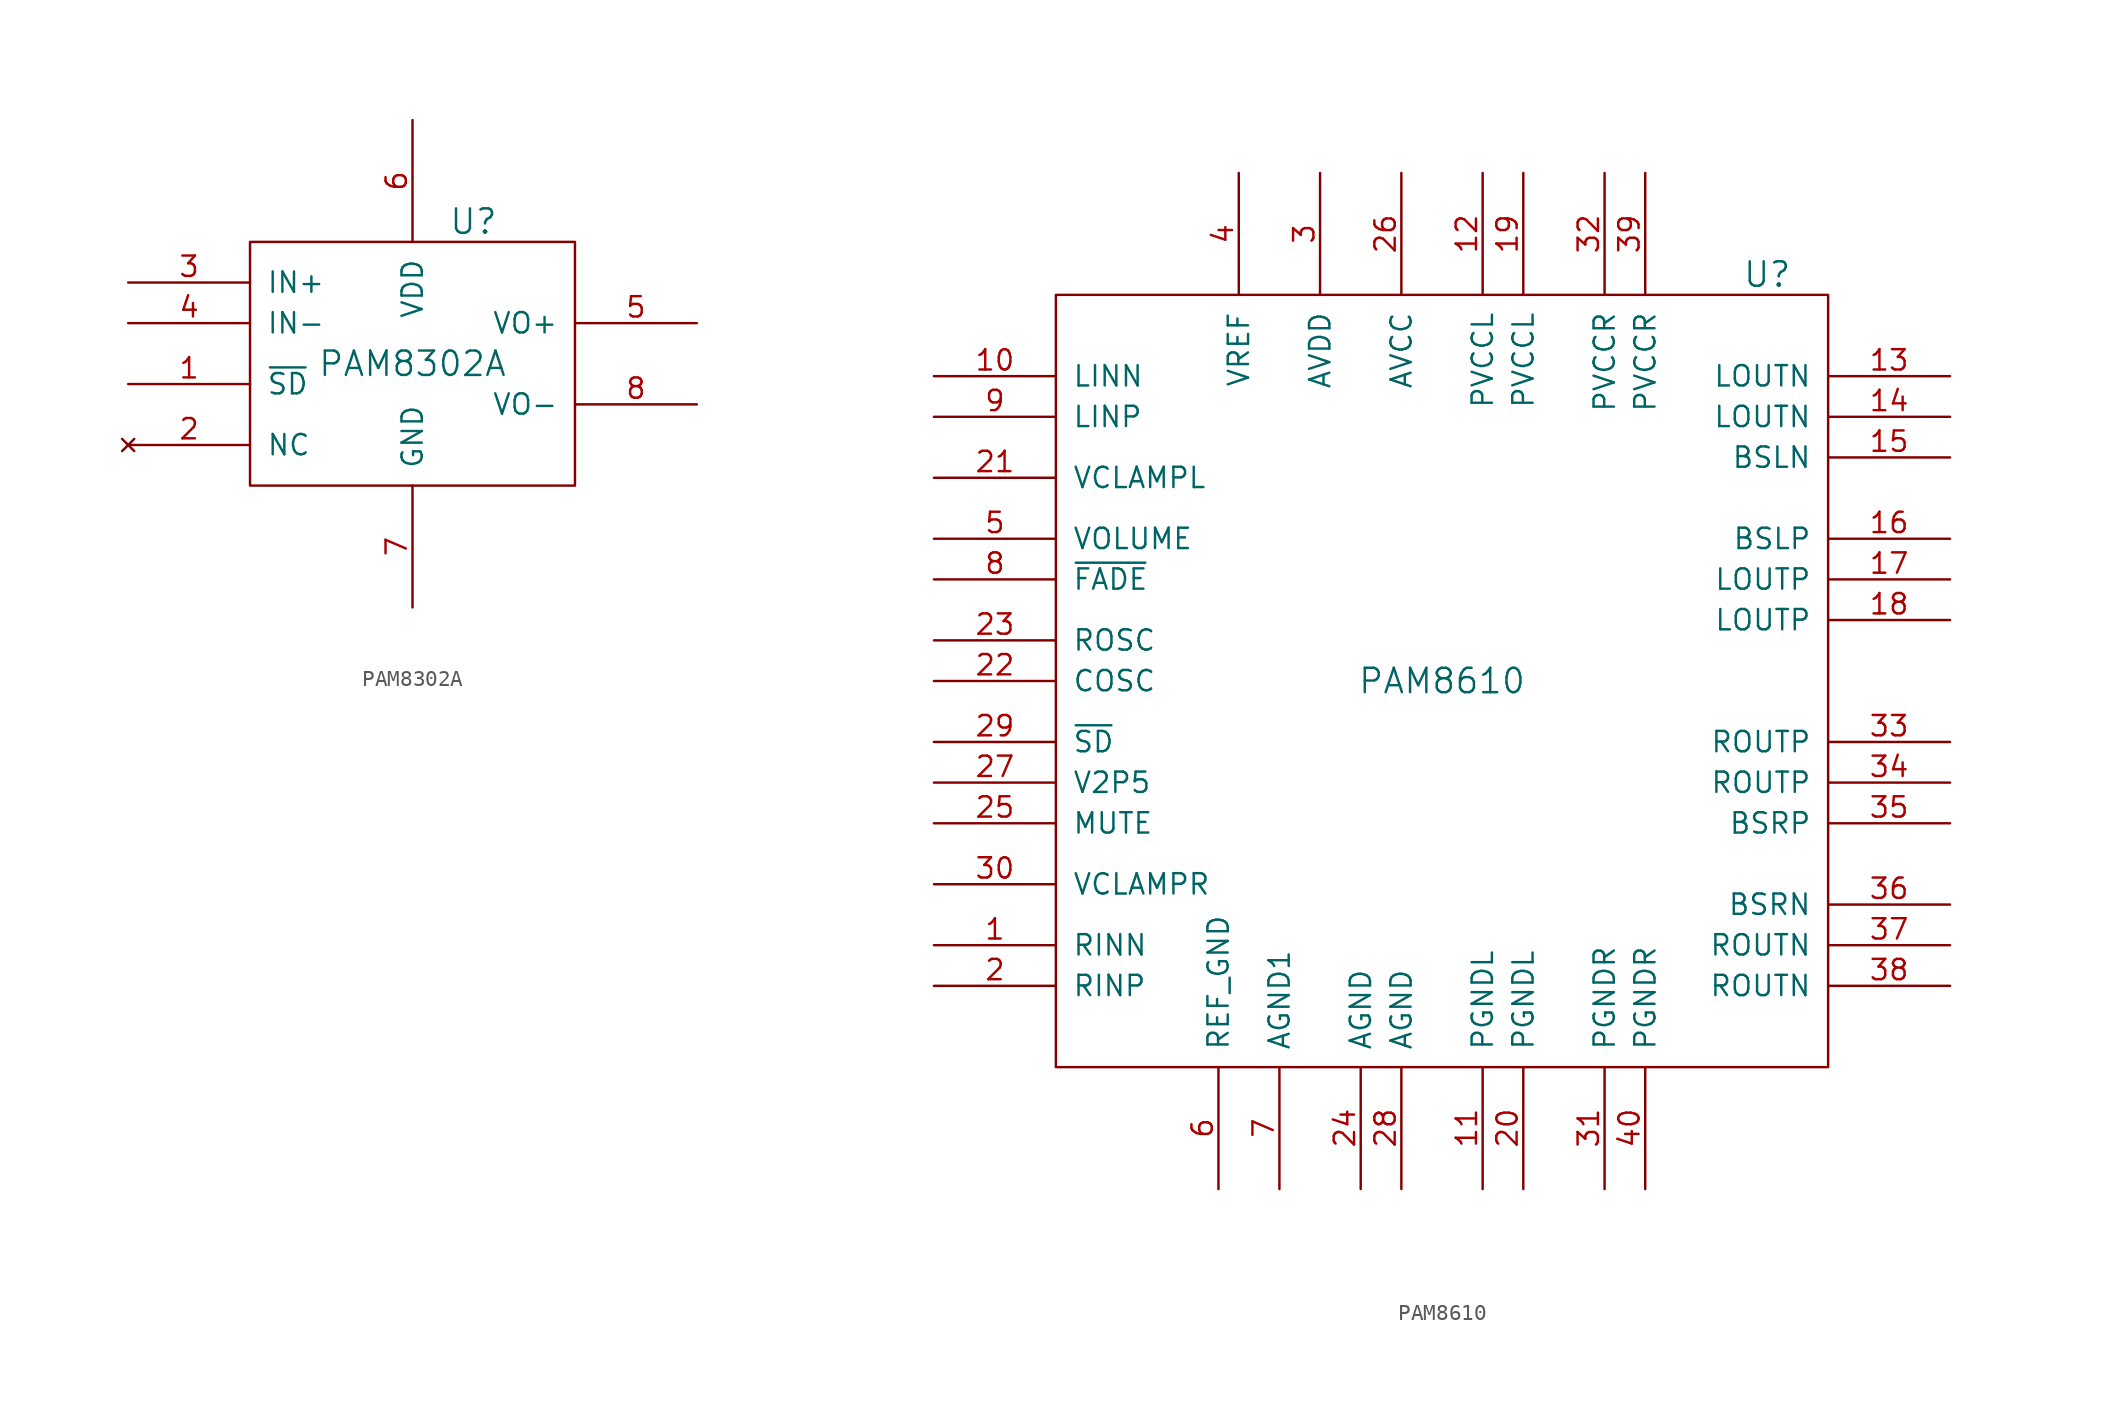
<source format=kicad_sym>
(kicad_symbol_lib
  (version 20211014)
  (generator kicad_symbol_editor)
  (symbol "PAM8302A"
    (pin_names
      (offset 1.016))
    (property "Reference" "U"
      (at 3.81 8.89 0)
      (effects (font (size 1.524 1.524))))
    (property "Value" "PAM8302A"
      (at 0 0 0)
      (effects (font (size 1.524 1.524))))
    (property "Footprint" ""
      (at -15.24 -1.27 0)
      (effects (font (size 1.524 1.524))))
    (property "Datasheet" ""
      (at -15.24 -1.27 0)
      (effects (font (size 1.524 1.524))))
    (symbol "PAM8302A_0_1"
      (rectangle (start -10.16 7.62) (end 10.16 -7.62) (stroke (width 0) (type default) (color 0 0 0 0)) (fill (type none))))
    (symbol "PAM8302A_1_1"
      (pin input line (at -17.78 -1.27 0) (length 7.62) (name "~{SD}" (effects (font (size 1.27 1.27)))) (number "1" (effects (font (size 1.27 1.27)))))
      (pin no_connect line (at -17.78 -5.08 0) (length 7.62) (name "NC" (effects (font (size 1.27 1.27)))) (number "2" (effects (font (size 1.27 1.27)))))
      (pin input line (at -17.78 5.08 0) (length 7.62) (name "IN+" (effects (font (size 1.27 1.27)))) (number "3" (effects (font (size 1.27 1.27)))))
      (pin input line (at -17.78 2.54 0) (length 7.62) (name "IN-" (effects (font (size 1.27 1.27)))) (number "4" (effects (font (size 1.27 1.27)))))
      (pin output line (at 17.78 2.54 180) (length 7.62) (name "VO+" (effects (font (size 1.27 1.27)))) (number "5" (effects (font (size 1.27 1.27)))))
      (pin power_in line (at 0 15.24 270) (length 7.62) (name "VDD" (effects (font (size 1.27 1.27)))) (number "6" (effects (font (size 1.27 1.27)))))
      (pin power_in line (at 0 -15.24 90) (length 7.62) (name "GND" (effects (font (size 1.27 1.27)))) (number "7" (effects (font (size 1.27 1.27)))))
      (pin output line (at 17.78 -2.54 180) (length 7.62) (name "VO-" (effects (font (size 1.27 1.27)))) (number "8" (effects (font (size 1.27 1.27)))))))
  (symbol "PAM8610"
    (pin_names
      (offset 1.016))
    (property "Reference" "U"
      (at 20.32 25.4 0)
      (effects (font (size 1.524 1.524))))
    (property "Value" "PAM8610"
      (at 0 0 0)
      (effects (font (size 1.524 1.524))))
    (property "Footprint" ""
      (at -1.27 -1.27 0)
      (effects (font (size 1.524 1.524))))
    (property "Datasheet" ""
      (at -1.27 -1.27 0)
      (effects (font (size 1.524 1.524))))
    (symbol "PAM8610_0_1"
      (rectangle (start -24.13 24.13) (end 24.13 -24.13) (stroke (width 0) (type default) (color 0 0 0 0)) (fill (type none))))
    (symbol "PAM8610_1_1"
      (pin input line (at -31.75 -16.51 0) (length 7.62) (name "RINN" (effects (font (size 1.27 1.27)))) (number "1" (effects (font (size 1.27 1.27)))))
      (pin input line (at -31.75 19.05 0) (length 7.62) (name "LINN" (effects (font (size 1.27 1.27)))) (number "10" (effects (font (size 1.27 1.27)))))
      (pin power_in line (at 2.54 -31.75 90) (length 7.62) (name "PGNDL" (effects (font (size 1.27 1.27)))) (number "11" (effects (font (size 1.27 1.27)))))
      (pin power_in line (at 2.54 31.75 270) (length 7.62) (name "PVCCL" (effects (font (size 1.27 1.27)))) (number "12" (effects (font (size 1.27 1.27)))))
      (pin output line (at 31.75 19.05 180) (length 7.62) (name "LOUTN" (effects (font (size 1.27 1.27)))) (number "13" (effects (font (size 1.27 1.27)))))
      (pin output line (at 31.75 16.51 180) (length 7.62) (name "LOUTN" (effects (font (size 1.27 1.27)))) (number "14" (effects (font (size 1.27 1.27)))))
      (pin passive line (at 31.75 13.97 180) (length 7.62) (name "BSLN" (effects (font (size 1.27 1.27)))) (number "15" (effects (font (size 1.27 1.27)))))
      (pin passive line (at 31.75 8.89 180) (length 7.62) (name "BSLP" (effects (font (size 1.27 1.27)))) (number "16" (effects (font (size 1.27 1.27)))))
      (pin output line (at 31.75 6.35 180) (length 7.62) (name "LOUTP" (effects (font (size 1.27 1.27)))) (number "17" (effects (font (size 1.27 1.27)))))
      (pin output line (at 31.75 3.81 180) (length 7.62) (name "LOUTP" (effects (font (size 1.27 1.27)))) (number "18" (effects (font (size 1.27 1.27)))))
      (pin power_in line (at 5.08 31.75 270) (length 7.62) (name "PVCCL" (effects (font (size 1.27 1.27)))) (number "19" (effects (font (size 1.27 1.27)))))
      (pin input line (at -31.75 -19.05 0) (length 7.62) (name "RINP" (effects (font (size 1.27 1.27)))) (number "2" (effects (font (size 1.27 1.27)))))
      (pin power_in line (at 5.08 -31.75 90) (length 7.62) (name "PGNDL" (effects (font (size 1.27 1.27)))) (number "20" (effects (font (size 1.27 1.27)))))
      (pin passive line (at -31.75 12.7 0) (length 7.62) (name "VCLAMPL" (effects (font (size 1.27 1.27)))) (number "21" (effects (font (size 1.27 1.27)))))
      (pin passive line (at -31.75 0 0) (length 7.62) (name "COSC" (effects (font (size 1.27 1.27)))) (number "22" (effects (font (size 1.27 1.27)))))
      (pin passive line (at -31.75 2.54 0) (length 7.62) (name "ROSC" (effects (font (size 1.27 1.27)))) (number "23" (effects (font (size 1.27 1.27)))))
      (pin power_in line (at -5.08 -31.75 90) (length 7.62) (name "AGND" (effects (font (size 1.27 1.27)))) (number "24" (effects (font (size 1.27 1.27)))))
      (pin input line (at -31.75 -8.89 0) (length 7.62) (name "MUTE" (effects (font (size 1.27 1.27)))) (number "25" (effects (font (size 1.27 1.27)))))
      (pin power_in line (at -2.54 31.75 270) (length 7.62) (name "AVCC" (effects (font (size 1.27 1.27)))) (number "26" (effects (font (size 1.27 1.27)))))
      (pin passive line (at -31.75 -6.35 0) (length 7.62) (name "V2P5" (effects (font (size 1.27 1.27)))) (number "27" (effects (font (size 1.27 1.27)))))
      (pin power_in line (at -2.54 -31.75 90) (length 7.62) (name "AGND" (effects (font (size 1.27 1.27)))) (number "28" (effects (font (size 1.27 1.27)))))
      (pin input line (at -31.75 -3.81 0) (length 7.62) (name "~{SD}" (effects (font (size 1.27 1.27)))) (number "29" (effects (font (size 1.27 1.27)))))
      (pin power_in line (at -7.62 31.75 270) (length 7.62) (name "AVDD" (effects (font (size 1.27 1.27)))) (number "3" (effects (font (size 1.27 1.27)))))
      (pin passive line (at -31.75 -12.7 0) (length 7.62) (name "VCLAMPR" (effects (font (size 1.27 1.27)))) (number "30" (effects (font (size 1.27 1.27)))))
      (pin power_in line (at 10.16 -31.75 90) (length 7.62) (name "PGNDR" (effects (font (size 1.27 1.27)))) (number "31" (effects (font (size 1.27 1.27)))))
      (pin power_in line (at 10.16 31.75 270) (length 7.62) (name "PVCCR" (effects (font (size 1.27 1.27)))) (number "32" (effects (font (size 1.27 1.27)))))
      (pin output line (at 31.75 -3.81 180) (length 7.62) (name "ROUTP" (effects (font (size 1.27 1.27)))) (number "33" (effects (font (size 1.27 1.27)))))
      (pin output line (at 31.75 -6.35 180) (length 7.62) (name "ROUTP" (effects (font (size 1.27 1.27)))) (number "34" (effects (font (size 1.27 1.27)))))
      (pin passive line (at 31.75 -8.89 180) (length 7.62) (name "BSRP" (effects (font (size 1.27 1.27)))) (number "35" (effects (font (size 1.27 1.27)))))
      (pin passive line (at 31.75 -13.97 180) (length 7.62) (name "BSRN" (effects (font (size 1.27 1.27)))) (number "36" (effects (font (size 1.27 1.27)))))
      (pin output line (at 31.75 -16.51 180) (length 7.62) (name "ROUTN" (effects (font (size 1.27 1.27)))) (number "37" (effects (font (size 1.27 1.27)))))
      (pin output line (at 31.75 -19.05 180) (length 7.62) (name "ROUTN" (effects (font (size 1.27 1.27)))) (number "38" (effects (font (size 1.27 1.27)))))
      (pin power_in line (at 12.7 31.75 270) (length 7.62) (name "PVCCR" (effects (font (size 1.27 1.27)))) (number "39" (effects (font (size 1.27 1.27)))))
      (pin input line (at -12.7 31.75 270) (length 7.62) (name "VREF" (effects (font (size 1.27 1.27)))) (number "4" (effects (font (size 1.27 1.27)))))
      (pin power_in line (at 12.7 -31.75 90) (length 7.62) (name "PGNDR" (effects (font (size 1.27 1.27)))) (number "40" (effects (font (size 1.27 1.27)))))
      (pin input line (at -31.75 8.89 0) (length 7.62) (name "VOLUME" (effects (font (size 1.27 1.27)))) (number "5" (effects (font (size 1.27 1.27)))))
      (pin power_in line (at -13.97 -31.75 90) (length 7.62) (name "REF_GND" (effects (font (size 1.27 1.27)))) (number "6" (effects (font (size 1.27 1.27)))))
      (pin power_in line (at -10.16 -31.75 90) (length 7.62) (name "AGND1" (effects (font (size 1.27 1.27)))) (number "7" (effects (font (size 1.27 1.27)))))
      (pin input line (at -31.75 6.35 0) (length 7.62) (name "~{FADE}" (effects (font (size 1.27 1.27)))) (number "8" (effects (font (size 1.27 1.27)))))
      (pin input line (at -31.75 16.51 0) (length 7.62) (name "LINP" (effects (font (size 1.27 1.27)))) (number "9" (effects (font (size 1.27 1.27))))))))
</source>
